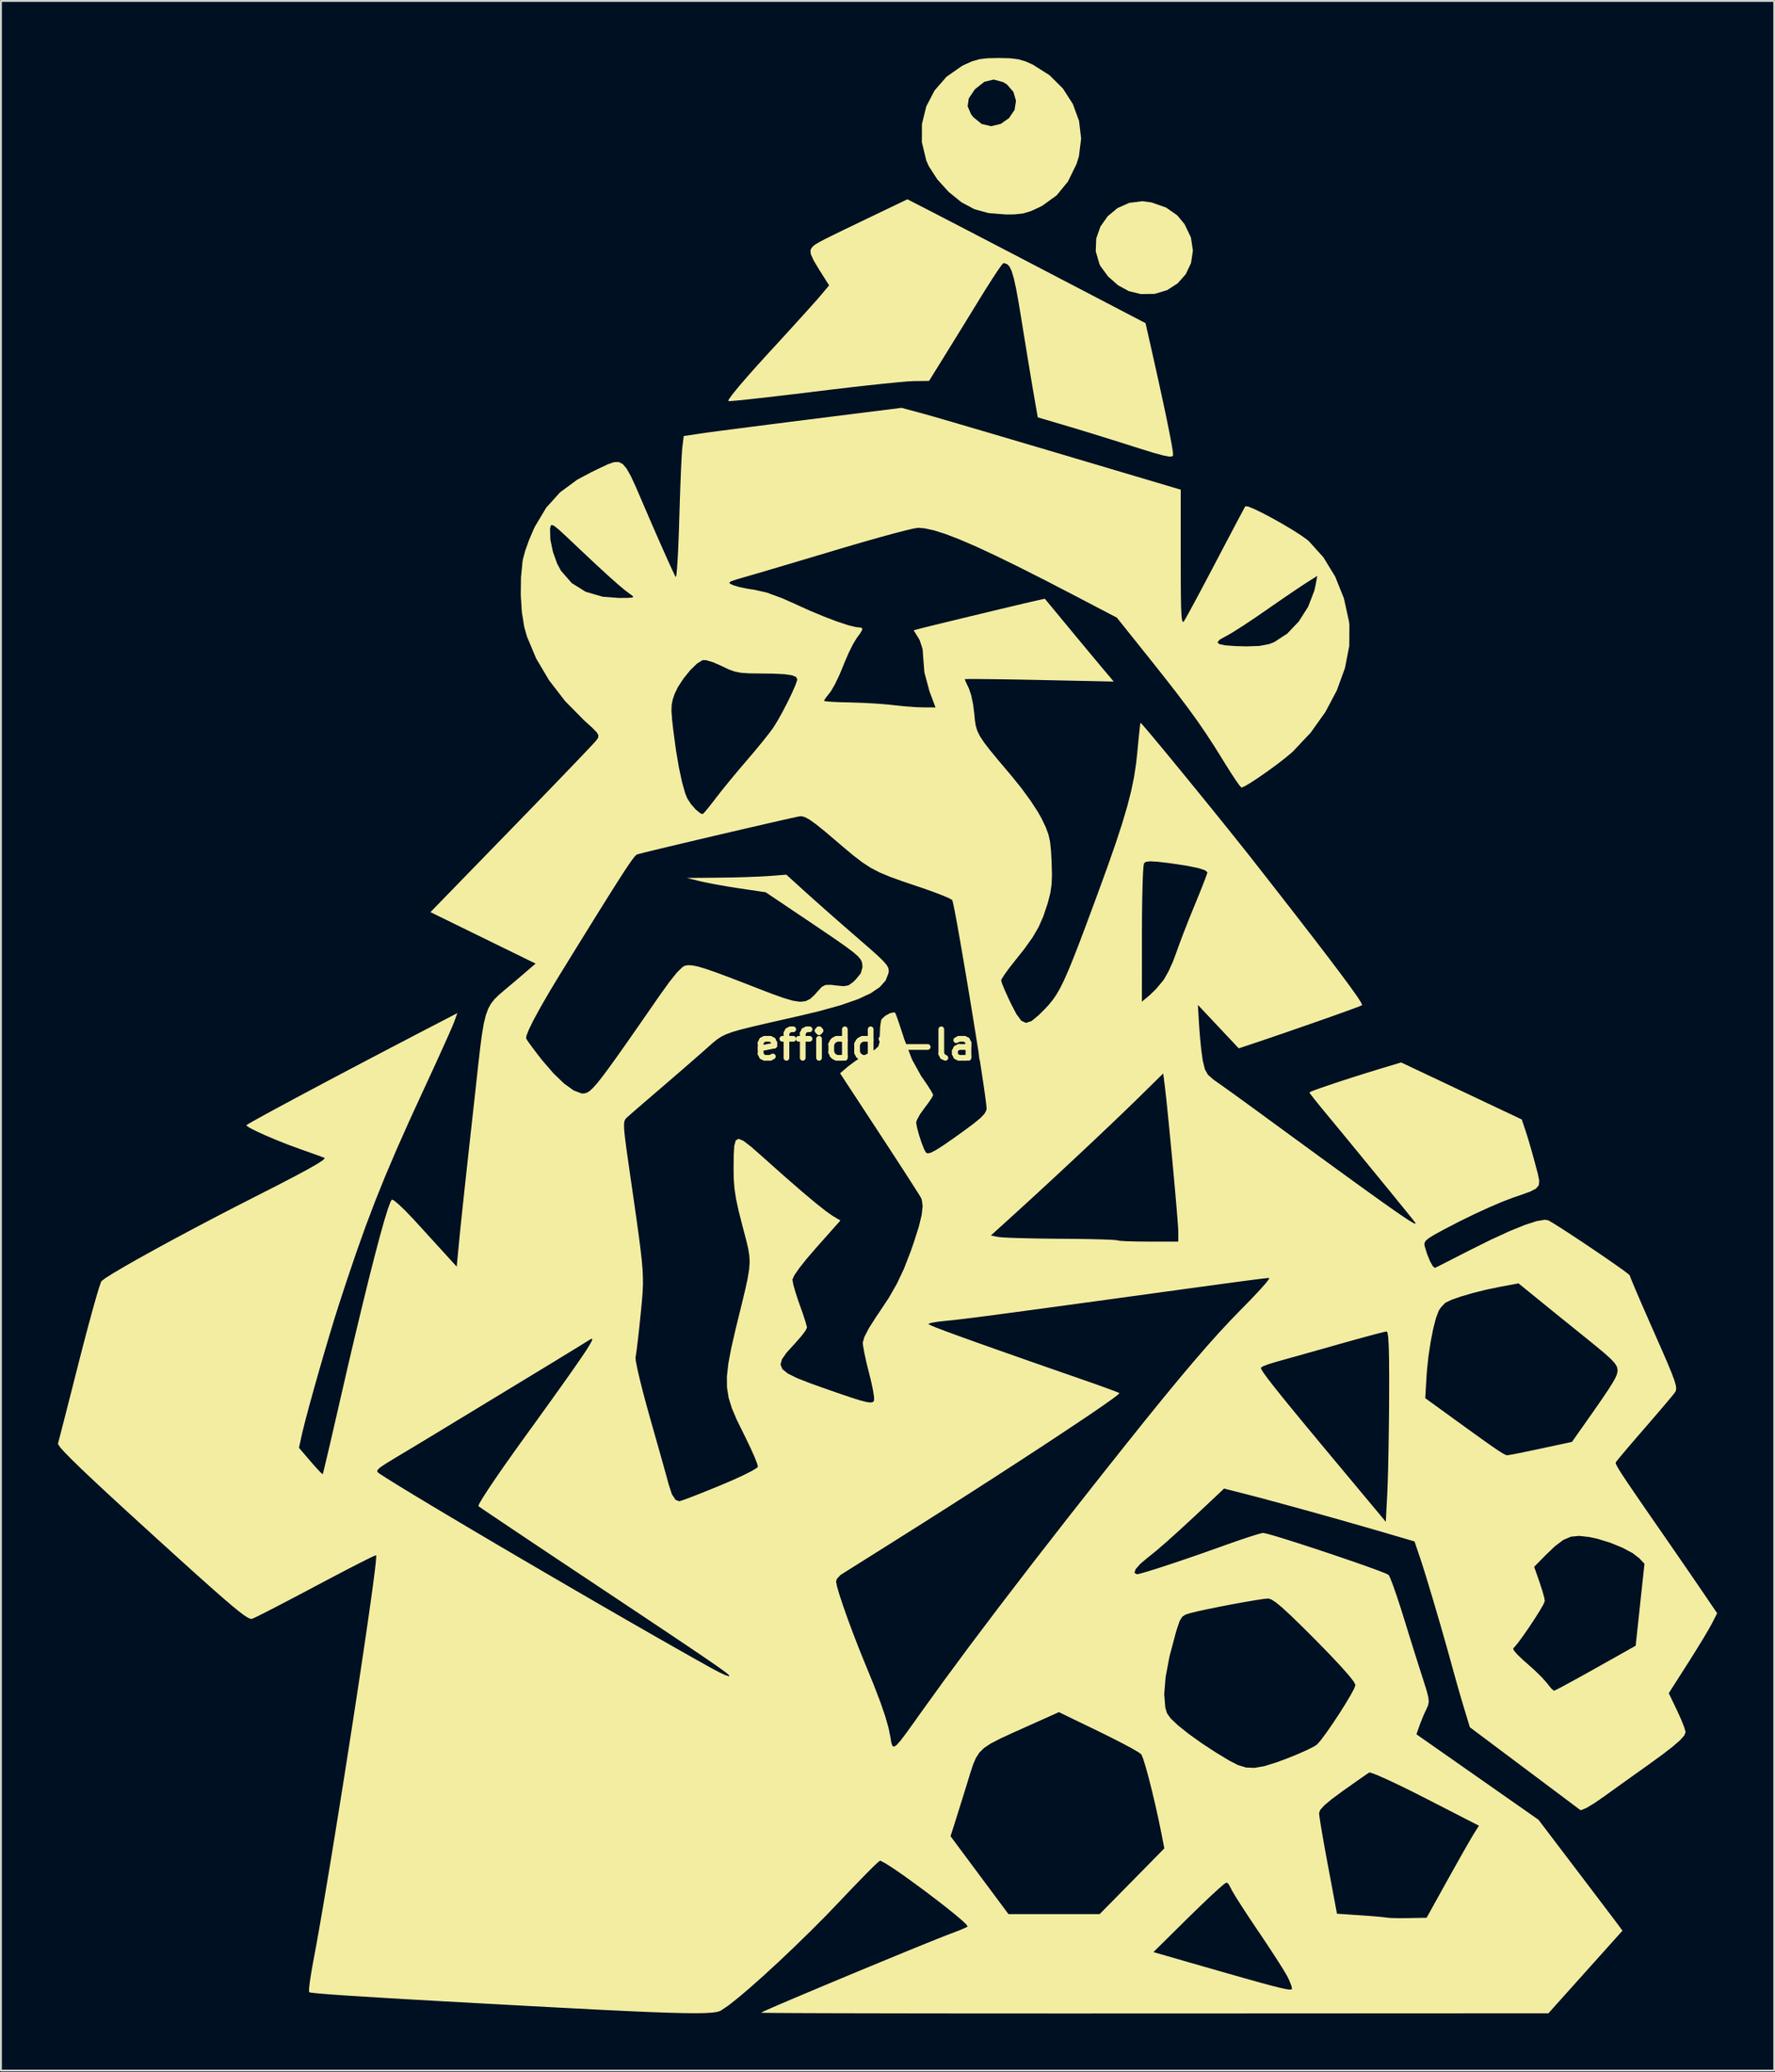
<source format=kicad_pcb>
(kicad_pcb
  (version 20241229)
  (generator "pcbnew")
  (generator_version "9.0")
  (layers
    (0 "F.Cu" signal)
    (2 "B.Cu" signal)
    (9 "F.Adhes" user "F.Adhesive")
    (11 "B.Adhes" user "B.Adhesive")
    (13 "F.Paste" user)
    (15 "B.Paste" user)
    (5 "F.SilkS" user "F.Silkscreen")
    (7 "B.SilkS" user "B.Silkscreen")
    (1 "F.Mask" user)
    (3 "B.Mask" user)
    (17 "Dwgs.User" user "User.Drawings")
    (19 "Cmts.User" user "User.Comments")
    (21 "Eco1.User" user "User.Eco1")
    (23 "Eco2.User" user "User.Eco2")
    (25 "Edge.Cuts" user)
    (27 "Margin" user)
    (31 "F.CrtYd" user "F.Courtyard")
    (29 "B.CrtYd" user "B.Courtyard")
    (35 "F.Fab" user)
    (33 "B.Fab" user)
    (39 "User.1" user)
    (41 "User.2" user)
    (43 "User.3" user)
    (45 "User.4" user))
  (footprint "effiddy-large"
    (layer "F.Cu")
    (at 44.237 51.885)
    (property "Reference" "effiddy-large" (at 0 0 0) (layer "F.SilkS") (effects (font (size 1.5 1.5) (thickness 0.3))))
    (attr board_only exclude_from_pos_files exclude_from_bom)
    (fp_poly (pts (xy 13.269 -44.292) (xy 14.035 -44.024) (xy 14.622 -43.615) (xy 15.008 -43.149) (xy 15.342 -42.452) (xy 15.447 -41.762) (xy 15.349 -41.109) (xy 15.073 -40.524) (xy 14.645 -40.038) (xy 14.089 -39.681) (xy 13.432 -39.484) (xy 12.698 -39.477) (xy 12.078 -39.628) (xy 11.514 -39.934) (xy 10.985 -40.401) (xy 10.586 -40.943) (xy 10.535 -41.043) (xy 10.337 -41.724) (xy 10.363 -42.396) (xy 10.582 -43.022) (xy 10.965 -43.567) (xy 11.48 -43.995) (xy 12.098 -44.27) (xy 12.788 -44.356)) (stroke (width 0) (type solid)) (fill yes) (layer "F.SilkS"))
    (fp_poly (pts (xy 5.826 -51.872) (xy 6.262 -51.819) (xy 6.641 -51.709) (xy 7.031 -51.535) (xy 7.904 -50.982) (xy 8.609 -50.282) (xy 9.132 -49.469) (xy 9.458 -48.58) (xy 9.569 -47.649) (xy 9.451 -46.711) (xy 9.326 -46.313) (xy 8.874 -45.389) (xy 8.284 -44.668) (xy 7.538 -44.127) (xy 7.385 -44.047) (xy 6.914 -43.831) (xy 6.512 -43.712) (xy 6.062 -43.664) (xy 5.628 -43.659) (xy 4.707 -43.732) (xy 3.957 -43.935) (xy 3.272 -44.303) (xy 2.598 -44.85) (xy 2.003 -45.507) (xy 1.555 -46.203) (xy 1.425 -46.497) (xy 1.192 -47.462) (xy 1.197 -48.422) (xy 1.425 -49.34) (xy 1.43 -49.35) (xy 3.599 -49.35) (xy 3.777 -48.933) (xy 3.897 -48.776) (xy 4.338 -48.417) (xy 4.832 -48.299) (xy 5.344 -48.422) (xy 5.776 -48.727) (xy 6.069 -49.159) (xy 6.143 -49.639) (xy 6.007 -50.104) (xy 5.671 -50.492) (xy 5.475 -50.615) (xy 4.971 -50.753) (xy 4.481 -50.636) (xy 4.01 -50.265) (xy 3.962 -50.212) (xy 3.66 -49.763) (xy 3.599 -49.35) (xy 1.43 -49.35) (xy 1.86 -50.178) (xy 2.489 -50.899) (xy 3.296 -51.464) (xy 3.419 -51.527) (xy 3.837 -51.713) (xy 4.216 -51.822) (xy 4.652 -51.873) (xy 5.233 -51.885)) (stroke (width 0) (type solid)) (fill yes) (layer "F.SilkS"))
    (fp_poly (pts (xy 1.715 -43.798) (xy 2.106 -43.596) (xy 2.692 -43.293) (xy 3.442 -42.904) (xy 4.324 -42.445) (xy 5.306 -41.934) (xy 6.358 -41.387) (xy 7.447 -40.819) (xy 7.977 -40.542) (xy 12.955 -37.946) (xy 13.226 -36.747) (xy 13.538 -35.357) (xy 13.806 -34.134) (xy 14.029 -33.09) (xy 14.202 -32.24) (xy 14.325 -31.598) (xy 14.393 -31.176) (xy 14.404 -30.992) (xy 14.342 -30.936) (xy 14.174 -30.935) (xy 13.872 -30.994) (xy 13.404 -31.122) (xy 12.741 -31.325) (xy 12.317 -31.459) (xy 11.486 -31.723) (xy 10.596 -32) (xy 9.738 -32.265) (xy 9 -32.488) (xy 8.781 -32.553) (xy 7.288 -32.994) (xy 7.087 -34.143) (xy 7.005 -34.626) (xy 6.892 -35.302) (xy 6.758 -36.112) (xy 6.614 -36.995) (xy 6.468 -37.892) (xy 6.445 -38.036) (xy 6.285 -39.005) (xy 6.15 -39.749) (xy 6.03 -40.297) (xy 5.917 -40.678) (xy 5.803 -40.919) (xy 5.676 -41.049) (xy 5.53 -41.097) (xy 5.476 -41.099) (xy 5.383 -40.996) (xy 5.181 -40.709) (xy 4.894 -40.274) (xy 4.546 -39.727) (xy 4.23 -39.217) (xy 3.778 -38.481) (xy 3.304 -37.71) (xy 2.852 -36.978) (xy 2.468 -36.356) (xy 2.323 -36.122) (xy 1.571 -34.909) (xy 0.754 -34.899) (xy 0.432 -34.881) (xy -0.107 -34.834) (xy -0.827 -34.763) (xy -1.69 -34.67) (xy -2.66 -34.561) (xy -3.701 -34.438) (xy -4.439 -34.348) (xy -5.472 -34.222) (xy -6.429 -34.109) (xy -7.277 -34.011) (xy -7.988 -33.933) (xy -8.531 -33.878) (xy -8.875 -33.849) (xy -8.987 -33.847) (xy -8.954 -33.948) (xy -8.761 -34.214) (xy -8.427 -34.623) (xy -7.968 -35.156) (xy -7.402 -35.792) (xy -6.869 -36.377) (xy -6.229 -37.074) (xy -5.623 -37.737) (xy -5.08 -38.335) (xy -4.628 -38.836) (xy -4.297 -39.208) (xy -4.132 -39.399) (xy -3.686 -39.932) (xy -4.226 -40.787) (xy -4.505 -41.256) (xy -4.647 -41.569) (xy -4.667 -41.772) (xy -4.636 -41.849) (xy -4.581 -41.931) (xy -4.509 -42.007) (xy -4.392 -42.095) (xy -4.199 -42.208) (xy -3.904 -42.364) (xy -3.476 -42.577) (xy -2.887 -42.864) (xy -2.108 -43.238) (xy -1.731 -43.42) (xy 0.431 -44.458)) (stroke (width 0) (type solid)) (fill yes) (layer "F.SilkS"))
    (fp_poly (pts (xy 1.115 -33.227) (xy 1.404 -33.148) (xy 1.815 -33.031) (xy 2.361 -32.873) (xy 3.053 -32.672) (xy 3.903 -32.422) (xy 4.925 -32.121) (xy 6.13 -31.765) (xy 7.531 -31.351) (xy 9.139 -30.874) (xy 10.968 -30.331) (xy 13.028 -29.719) (xy 13.051 -29.712) (xy 14.806 -29.191) (xy 14.806 -25.608) (xy 14.808 -24.55) (xy 14.813 -23.724) (xy 14.823 -23.106) (xy 14.84 -22.672) (xy 14.864 -22.398) (xy 14.897 -22.261) (xy 14.94 -22.236) (xy 14.978 -22.276) (xy 15.083 -22.456) (xy 15.288 -22.827) (xy 15.575 -23.358) (xy 15.926 -24.014) (xy 16.322 -24.762) (xy 16.657 -25.4) (xy 17.068 -26.182) (xy 17.44 -26.887) (xy 17.755 -27.484) (xy 17.999 -27.942) (xy 18.153 -28.231) (xy 18.203 -28.32) (xy 18.344 -28.306) (xy 18.654 -28.182) (xy 19.087 -27.974) (xy 19.595 -27.706) (xy 20.132 -27.405) (xy 20.652 -27.097) (xy 21.108 -26.807) (xy 21.452 -26.562) (xy 21.548 -26.481) (xy 22.309 -25.636) (xy 22.932 -24.617) (xy 23.388 -23.477) (xy 23.653 -22.272) (xy 23.675 -22.081) (xy 23.669 -20.977) (xy 23.444 -19.819) (xy 23.018 -18.645) (xy 22.41 -17.497) (xy 21.637 -16.414) (xy 20.717 -15.438) (xy 20.651 -15.377) (xy 20.308 -15.089) (xy 19.871 -14.751) (xy 19.387 -14.397) (xy 18.908 -14.064) (xy 18.484 -13.785) (xy 18.163 -13.596) (xy 18.001 -13.53) (xy 17.903 -13.632) (xy 17.703 -13.913) (xy 17.428 -14.331) (xy 17.106 -14.844) (xy 17.058 -14.923) (xy 16.595 -15.667) (xy 16.146 -16.356) (xy 15.681 -17.034) (xy 15.168 -17.742) (xy 14.577 -18.523) (xy 13.879 -19.418) (xy 13.138 -20.35) (xy 12.479 -21.173) (xy 16.737 -21.173) (xy 16.83 -21.074) (xy 17.149 -21.007) (xy 17.705 -20.967) (xy 18.252 -20.953) (xy 18.936 -20.975) (xy 19.453 -21.073) (xy 19.72 -21.176) (xy 20.405 -21.622) (xy 21.014 -22.261) (xy 21.504 -23.033) (xy 21.831 -23.877) (xy 21.896 -24.168) (xy 21.987 -24.658) (xy 21.428 -24.306) (xy 21.122 -24.106) (xy 20.661 -23.796) (xy 20.1 -23.413) (xy 19.493 -22.994) (xy 19.264 -22.835) (xy 18.665 -22.424) (xy 18.101 -22.049) (xy 17.622 -21.743) (xy 17.28 -21.539) (xy 17.19 -21.492) (xy 16.861 -21.311) (xy 16.737 -21.173) (xy 12.479 -21.173) (xy 11.448 -22.463) (xy 9.33 -23.571) (xy 7.716 -24.408) (xy 6.306 -25.121) (xy 5.087 -25.717) (xy 4.044 -26.202) (xy 3.161 -26.583) (xy 2.424 -26.865) (xy 1.819 -27.055) (xy 1.331 -27.16) (xy 0.999 -27.187) (xy 0.77 -27.151) (xy 0.332 -27.049) (xy -0.281 -26.89) (xy -1.037 -26.684) (xy -1.9 -26.439) (xy -2.837 -26.165) (xy -3.195 -26.059) (xy -4.191 -25.761) (xy -5.161 -25.471) (xy -6.064 -25.203) (xy -6.858 -24.968) (xy -7.501 -24.778) (xy -7.952 -24.647) (xy -8.026 -24.626) (xy -8.534 -24.479) (xy -8.827 -24.38) (xy -8.936 -24.309) (xy -8.893 -24.245) (xy -8.728 -24.169) (xy -8.728 -24.169) (xy -8.393 -24.069) (xy -7.929 -23.974) (xy -7.616 -23.929) (xy -6.962 -23.781) (xy -6.127 -23.474) (xy -5.51 -23.198) (xy -4.724 -22.842) (xy -3.962 -22.524) (xy -3.27 -22.261) (xy -2.693 -22.069) (xy -2.277 -21.967) (xy -2.147 -21.954) (xy -1.969 -21.932) (xy -1.939 -21.835) (xy -2.065 -21.618) (xy -2.227 -21.4) (xy -2.418 -21.088) (xy -2.651 -20.622) (xy -2.882 -20.088) (xy -2.942 -19.934) (xy -3.164 -19.404) (xy -3.397 -18.926) (xy -3.601 -18.58) (xy -3.651 -18.515) (xy -3.85 -18.263) (xy -3.953 -18.104) (xy -3.957 -18.09) (xy -3.838 -18.062) (xy -3.516 -18.037) (xy -3.043 -18.016) (xy -2.592 -18.006) (xy -1.904 -17.984) (xy -1.194 -17.945) (xy -0.573 -17.895) (xy -0.327 -17.867) (xy 0.252 -17.804) (xy 0.843 -17.76) (xy 1.243 -17.746) (xy 1.912 -17.742) (xy 1.594 -18.587) (xy 1.326 -19.584) (xy 1.276 -20.199) (xy 1.23 -20.817) (xy 1.079 -21.277) (xy 1.02 -21.381) (xy 0.764 -21.796) (xy 1.052 -21.876) (xy 1.27 -21.932) (xy 1.691 -22.036) (xy 2.27 -22.178) (xy 2.962 -22.346) (xy 3.722 -22.53) (xy 4.506 -22.718) (xy 5.267 -22.901) (xy 5.961 -23.066) (xy 6.542 -23.204) (xy 6.966 -23.303) (xy 7.116 -23.337) (xy 7.659 -23.458) (xy 8.941 -21.908) (xy 9.432 -21.316) (xy 9.912 -20.738) (xy 10.337 -20.228) (xy 10.661 -19.84) (xy 10.753 -19.731) (xy 11.283 -19.103) (xy 7.364 -19.187) (xy 6.394 -19.207) (xy 5.511 -19.222) (xy 4.746 -19.232) (xy 4.13 -19.238) (xy 3.695 -19.238) (xy 3.47 -19.232) (xy 3.446 -19.228) (xy 3.498 -19.097) (xy 3.624 -18.828) (xy 3.661 -18.755) (xy 3.781 -18.406) (xy 3.886 -17.911) (xy 3.951 -17.402) (xy 3.983 -17.057) (xy 4.029 -16.769) (xy 4.112 -16.503) (xy 4.252 -16.223) (xy 4.469 -15.895) (xy 4.786 -15.484) (xy 5.223 -14.954) (xy 5.801 -14.27) (xy 5.907 -14.146) (xy 6.422 -13.507) (xy 6.901 -12.852) (xy 7.291 -12.256) (xy 7.492 -11.899) (xy 7.708 -11.445) (xy 7.849 -11.068) (xy 7.934 -10.683) (xy 7.985 -10.204) (xy 8.015 -9.646) (xy 8.034 -8.968) (xy 8.016 -8.45) (xy 7.951 -7.999) (xy 7.829 -7.519) (xy 7.789 -7.383) (xy 7.573 -6.743) (xy 7.327 -6.188) (xy 7.012 -5.649) (xy 6.589 -5.057) (xy 6.132 -4.481) (xy 5.798 -4.058) (xy 5.537 -3.699) (xy 5.385 -3.456) (xy 5.361 -3.39) (xy 5.414 -3.215) (xy 5.555 -2.872) (xy 5.759 -2.422) (xy 5.867 -2.195) (xy 6.165 -1.62) (xy 6.418 -1.277) (xy 6.669 -1.158) (xy 6.96 -1.256) (xy 7.335 -1.564) (xy 7.655 -1.883) (xy 7.875 -2.12) (xy 8.001 -2.275) (xy 12.764 -2.275) (xy 13.179 -2.62) (xy 13.52 -2.954) (xy 13.859 -3.359) (xy 13.937 -3.468) (xy 14.16 -3.862) (xy 14.395 -4.378) (xy 14.563 -4.826) (xy 14.723 -5.275) (xy 14.953 -5.883) (xy 15.223 -6.572) (xy 15.504 -7.265) (xy 15.529 -7.323) (xy 15.775 -7.926) (xy 15.982 -8.445) (xy 16.132 -8.835) (xy 16.205 -9.05) (xy 16.21 -9.073) (xy 16.085 -9.183) (xy 15.716 -9.301) (xy 15.118 -9.423) (xy 14.301 -9.546) (xy 14.116 -9.57) (xy 13.55 -9.635) (xy 13.187 -9.654) (xy 12.978 -9.627) (xy 12.876 -9.552) (xy 12.874 -9.548) (xy 12.846 -9.381) (xy 12.821 -8.993) (xy 12.799 -8.419) (xy 12.782 -7.693) (xy 12.771 -6.849) (xy 12.766 -5.923) (xy 12.766 -5.828) (xy 12.764 -2.275) (xy 8.001 -2.275) (xy 8.075 -2.366) (xy 8.266 -2.643) (xy 8.46 -2.978) (xy 8.666 -3.395) (xy 8.898 -3.919) (xy 9.166 -4.576) (xy 9.483 -5.389) (xy 9.858 -6.385) (xy 10.305 -7.588) (xy 10.472 -8.041) (xy 10.979 -9.436) (xy 11.396 -10.63) (xy 11.731 -11.658) (xy 11.996 -12.552) (xy 12.199 -13.347) (xy 12.35 -14.077) (xy 12.457 -14.777) (xy 12.523 -15.38) (xy 12.579 -15.974) (xy 12.629 -16.466) (xy 12.667 -16.804) (xy 12.688 -16.941) (xy 12.689 -16.941) (xy 12.774 -16.855) (xy 12.999 -16.596) (xy 13.342 -16.189) (xy 13.783 -15.659) (xy 14.302 -15.031) (xy 14.876 -14.331) (xy 15.487 -13.584) (xy 16.112 -12.816) (xy 16.732 -12.051) (xy 17.325 -11.315) (xy 17.871 -10.634) (xy 18.349 -10.033) (xy 18.57 -9.753) (xy 19.813 -8.164) (xy 20.899 -6.769) (xy 21.83 -5.565) (xy 22.61 -4.546) (xy 23.241 -3.71) (xy 23.728 -3.051) (xy 24.072 -2.567) (xy 24.277 -2.252) (xy 24.346 -2.102) (xy 24.342 -2.091) (xy 24.207 -2.031) (xy 23.865 -1.902) (xy 23.351 -1.715) (xy 22.701 -1.483) (xy 21.95 -1.219) (xy 21.132 -0.934) (xy 20.284 -0.64) (xy 19.439 -0.352) (xy 18.633 -0.079) (xy 18.47 -0.025) (xy 17.858 0.18) (xy 16.783 -0.963) (xy 15.708 -2.106) (xy 15.777 -0.957) (xy 15.825 -0.34) (xy 15.888 0.272) (xy 15.957 0.768) (xy 15.973 0.862) (xy 16.078 1.285) (xy 16.238 1.568) (xy 16.526 1.822) (xy 16.672 1.925) (xy 16.984 2.144) (xy 17.446 2.475) (xy 18.004 2.877) (xy 18.602 3.313) (xy 18.801 3.458) (xy 20.361 4.599) (xy 21.727 5.596) (xy 22.91 6.457) (xy 23.921 7.191) (xy 24.772 7.804) (xy 25.472 8.305) (xy 26.035 8.701) (xy 26.47 9) (xy 26.789 9.211) (xy 27.002 9.341) (xy 27.123 9.398) (xy 27.16 9.39) (xy 27.126 9.324) (xy 27.113 9.307) (xy 26.969 9.125) (xy 26.689 8.778) (xy 26.3 8.3) (xy 25.829 7.721) (xy 25.302 7.076) (xy 24.745 6.396) (xy 24.186 5.714) (xy 23.651 5.062) (xy 23.167 4.474) (xy 22.76 3.98) (xy 22.56 3.74) (xy 22.179 3.278) (xy 21.866 2.89) (xy 21.653 2.618) (xy 21.571 2.499) (xy 21.571 2.499) (xy 21.686 2.44) (xy 22.004 2.32) (xy 22.485 2.152) (xy 23.087 1.95) (xy 23.769 1.728) (xy 24.491 1.499) (xy 25.212 1.277) (xy 25.357 1.234) (xy 26.398 0.921) (xy 29.569 2.419) (xy 32.739 3.917) (xy 32.951 4.543) (xy 33.083 4.965) (xy 33.248 5.53) (xy 33.415 6.133) (xy 33.457 6.294) (xy 33.59 6.792) (xy 33.659 7.14) (xy 33.635 7.379) (xy 33.486 7.555) (xy 33.183 7.71) (xy 32.695 7.887) (xy 32.229 8.047) (xy 31.685 8.256) (xy 30.996 8.552) (xy 30.241 8.899) (xy 29.499 9.262) (xy 29.318 9.354) (xy 28.65 9.702) (xy 28.178 9.957) (xy 27.871 10.144) (xy 27.697 10.286) (xy 27.625 10.406) (xy 27.623 10.526) (xy 27.635 10.581) (xy 27.762 10.994) (xy 27.915 11.367) (xy 28.062 11.632) (xy 28.172 11.724) (xy 28.177 11.722) (xy 28.32 11.651) (xy 28.648 11.486) (xy 29.118 11.246) (xy 29.687 10.955) (xy 29.967 10.812) (xy 31.111 10.243) (xy 32.093 9.792) (xy 32.902 9.464) (xy 33.527 9.261) (xy 33.957 9.19) (xy 34.139 9.222) (xy 34.415 9.384) (xy 34.827 9.643) (xy 35.337 9.974) (xy 35.907 10.351) (xy 36.498 10.748) (xy 37.072 11.138) (xy 37.589 11.496) (xy 38.012 11.795) (xy 38.301 12.009) (xy 38.418 12.113) (xy 38.419 12.116) (xy 38.469 12.256) (xy 38.609 12.597) (xy 38.824 13.106) (xy 39.102 13.749) (xy 39.428 14.493) (xy 39.701 15.111) (xy 40.098 16.013) (xy 40.401 16.712) (xy 40.619 17.237) (xy 40.761 17.618) (xy 40.839 17.883) (xy 40.863 18.062) (xy 40.842 18.185) (xy 40.799 18.264) (xy 40.657 18.444) (xy 40.378 18.779) (xy 39.995 19.23) (xy 39.539 19.76) (xy 39.167 20.19) (xy 38.691 20.74) (xy 38.276 21.224) (xy 37.951 21.61) (xy 37.743 21.864) (xy 37.68 21.951) (xy 37.685 22.009) (xy 37.736 22.124) (xy 37.847 22.315) (xy 38.03 22.605) (xy 38.301 23.012) (xy 38.672 23.558) (xy 39.157 24.264) (xy 39.769 25.149) (xy 40.076 25.591) (xy 40.575 26.313) (xy 41.094 27.066) (xy 41.587 27.781) (xy 42.007 28.394) (xy 42.209 28.691) (xy 43.015 29.875) (xy 42.742 30.414) (xy 42.573 30.72) (xy 42.299 31.183) (xy 41.954 31.746) (xy 41.574 32.353) (xy 41.47 32.516) (xy 40.471 34.08) (xy 40.913 35.001) (xy 41.122 35.463) (xy 41.278 35.855) (xy 41.352 36.105) (xy 41.355 36.135) (xy 41.285 36.306) (xy 41.066 36.552) (xy 40.68 36.888) (xy 40.11 37.327) (xy 39.342 37.884) (xy 39.249 37.95) (xy 38.677 38.357) (xy 38.008 38.835) (xy 37.352 39.306) (xy 37.086 39.498) (xy 36.559 39.862) (xy 36.147 40.109) (xy 35.884 40.222) (xy 35.81 40.218) (xy 35.676 40.116) (xy 35.365 39.882) (xy 34.905 39.537) (xy 34.323 39.101) (xy 33.648 38.595) (xy 32.907 38.039) (xy 32.843 37.992) (xy 30.012 35.872) (xy 29.691 34.816) (xy 29.494 34.152) (xy 29.283 33.413) (xy 29.101 32.756) (xy 29.096 32.739) (xy 28.887 31.98) (xy 28.814 31.722) (xy 32.287 31.722) (xy 32.322 31.831) (xy 32.518 32.058) (xy 32.838 32.362) (xy 32.988 32.492) (xy 33.41 32.868) (xy 33.785 33.235) (xy 34.046 33.525) (xy 34.081 33.57) (xy 34.28 33.82) (xy 34.423 33.946) (xy 34.439 33.95) (xy 34.573 33.89) (xy 34.892 33.723) (xy 35.362 33.469) (xy 35.945 33.148) (xy 36.606 32.779) (xy 36.628 32.767) (xy 38.731 31.585) (xy 38.962 29.431) (xy 39.194 27.276) (xy 38.924 26.989) (xy 38.563 26.711) (xy 38.023 26.426) (xy 37.379 26.164) (xy 36.705 25.958) (xy 36.293 25.87) (xy 35.76 25.81) (xy 35.324 25.853) (xy 34.919 26.026) (xy 34.485 26.354) (xy 34.007 26.813) (xy 33.392 27.437) (xy 33.673 28.237) (xy 33.818 28.678) (xy 33.919 29.04) (xy 33.953 29.232) (xy 33.883 29.404) (xy 33.699 29.726) (xy 33.437 30.143) (xy 33.135 30.601) (xy 32.829 31.042) (xy 32.557 31.414) (xy 32.355 31.659) (xy 32.287 31.722) (xy 28.814 31.722) (xy 28.641 31.11) (xy 28.375 30.188) (xy 28.105 29.269) (xy 27.848 28.411) (xy 27.621 27.671) (xy 27.441 27.106) (xy 27.404 26.995) (xy 27.101 26.102) (xy 25.453 25.619) (xy 24.381 25.309) (xy 23.222 24.978) (xy 22.034 24.644) (xy 20.874 24.323) (xy 19.801 24.03) (xy 18.874 23.781) (xy 18.339 23.642) (xy 17.086 23.322) (xy 16.552 23.826) (xy 15.566 24.751) (xy 14.745 25.508) (xy 14.074 26.113) (xy 13.537 26.577) (xy 13.118 26.916) (xy 13.063 26.958) (xy 12.673 27.287) (xy 12.436 27.561) (xy 12.37 27.75) (xy 12.494 27.825) (xy 12.507 27.825) (xy 12.707 27.784) (xy 13.111 27.667) (xy 13.682 27.488) (xy 14.385 27.257) (xy 15.183 26.987) (xy 16.041 26.69) (xy 16.922 26.377) (xy 17 26.349) (xy 17.668 26.112) (xy 18.264 25.91) (xy 18.74 25.758) (xy 19.05 25.671) (xy 19.137 25.655) (xy 19.334 25.695) (xy 19.727 25.805) (xy 20.276 25.972) (xy 20.943 26.183) (xy 21.688 26.425) (xy 22.47 26.684) (xy 23.25 26.947) (xy 23.989 27.201) (xy 24.646 27.433) (xy 25.183 27.628) (xy 25.559 27.775) (xy 25.735 27.86) (xy 25.74 27.864) (xy 25.825 28.032) (xy 25.967 28.401) (xy 26.152 28.928) (xy 26.363 29.569) (xy 26.537 30.123) (xy 26.784 30.923) (xy 27.039 31.739) (xy 27.278 32.497) (xy 27.477 33.123) (xy 27.558 33.374) (xy 27.73 33.918) (xy 27.825 34.283) (xy 27.851 34.529) (xy 27.815 34.72) (xy 27.739 34.888) (xy 27.566 35.264) (xy 27.393 35.697) (xy 27.375 35.749) (xy 27.201 36.241) (xy 30.41 38.487) (xy 33.618 40.733) (xy 35.576 43.31) (xy 36.125 44.032) (xy 36.634 44.704) (xy 37.081 45.293) (xy 37.44 45.767) (xy 37.687 46.094) (xy 37.785 46.225) (xy 38.037 46.565) (xy 36.09 48.736) (xy 34.143 50.908) (xy 13.413 50.918) (xy 11.134 50.918) (xy 8.926 50.919) (xy 6.803 50.918) (xy 4.777 50.917) (xy 2.861 50.916) (xy 1.07 50.914) (xy -0.584 50.911) (xy -2.087 50.908) (xy -3.425 50.905) (xy -4.586 50.901) (xy -5.556 50.897) (xy -6.322 50.892) (xy -6.87 50.887) (xy -7.187 50.882) (xy -7.265 50.878) (xy -7.127 50.808) (xy -6.783 50.655) (xy -6.263 50.429) (xy -5.596 50.145) (xy -4.813 49.814) (xy -3.944 49.449) (xy -3.019 49.062) (xy -2.067 48.666) (xy -1.119 48.273) (xy -0.205 47.896) (xy 0.293 47.692) (xy 13.37 47.692) (xy 15.97 48.44) (xy 17.174 48.785) (xy 18.155 49.064) (xy 18.936 49.282) (xy 19.538 49.445) (xy 19.985 49.559) (xy 20.298 49.629) (xy 20.499 49.661) (xy 20.611 49.66) (xy 20.656 49.633) (xy 20.657 49.63) (xy 20.627 49.46) (xy 20.502 49.153) (xy 20.402 48.951) (xy 20.231 48.659) (xy 19.946 48.205) (xy 19.578 47.635) (xy 19.155 46.997) (xy 18.808 46.482) (xy 18.386 45.852) (xy 18.011 45.279) (xy 17.709 44.803) (xy 17.505 44.462) (xy 17.428 44.307) (xy 17.307 44.092) (xy 17.207 44.035) (xy 17.079 44.121) (xy 16.801 44.361) (xy 16.4 44.728) (xy 15.908 45.195) (xy 15.352 45.735) (xy 15.221 45.863) (xy 13.37 47.692) (xy 0.293 47.692) (xy 0.645 47.547) (xy 1.402 47.239) (xy 2.034 46.985) (xy 2.513 46.796) (xy 2.744 46.709) (xy 3.155 46.551) (xy 3.466 46.42) (xy 3.598 46.349) (xy 3.537 46.245) (xy 3.302 46.022) (xy 2.927 45.704) (xy 2.446 45.318) (xy 1.895 44.891) (xy 1.308 44.447) (xy 0.719 44.014) (xy 0.164 43.616) (xy -0.324 43.281) (xy -0.708 43.035) (xy -0.955 42.902) (xy -1.013 42.886) (xy -1.126 42.975) (xy -1.387 43.225) (xy -1.769 43.609) (xy -2.248 44.1) (xy -2.797 44.673) (xy -3.104 44.998) (xy -3.864 45.789) (xy -4.672 46.6) (xy -5.501 47.408) (xy -6.322 48.187) (xy -7.109 48.911) (xy -7.834 49.555) (xy -8.47 50.095) (xy -8.988 50.504) (xy -9.362 50.757) (xy -9.405 50.781) (xy -9.56 50.833) (xy -9.813 50.872) (xy -10.181 50.896) (xy -10.679 50.905) (xy -11.326 50.9) (xy -12.138 50.879) (xy -13.131 50.843) (xy -14.322 50.791) (xy -15.729 50.723) (xy -17.368 50.638) (xy -17.997 50.605) (xy -20.269 50.482) (xy -22.296 50.372) (xy -24.085 50.272) (xy -25.647 50.184) (xy -26.99 50.105) (xy -28.124 50.036) (xy -29.057 49.976) (xy -29.798 49.925) (xy -30.357 49.881) (xy -30.743 49.845) (xy -30.965 49.816) (xy -31.03 49.797) (xy -31.037 49.647) (xy -30.999 49.298) (xy -30.924 48.799) (xy -30.818 48.2) (xy -30.802 48.12) (xy -30.653 47.319) (xy -30.482 46.359) (xy -30.293 45.26) (xy -30.088 44.047) (xy -29.871 42.739) (xy -29.685 41.599) (xy 2.7 41.599) (xy 4.223 43.647) (xy 5.747 45.694) (xy 8.145 45.694) (xy 10.544 45.694) (xy 12.244 43.967) (xy 13.944 42.239) (xy 13.789 41.446) (xy 13.637 40.704) (xy 13.565 40.381) (xy 22.081 40.381) (xy 22.104 40.587) (xy 22.167 41) (xy 22.265 41.577) (xy 22.388 42.276) (xy 22.531 43.053) (xy 22.552 43.163) (xy 23.023 45.674) (xy 24.243 45.756) (xy 24.793 45.795) (xy 25.259 45.835) (xy 25.573 45.868) (xy 25.655 45.881) (xy 25.872 45.9) (xy 26.262 45.909) (xy 26.746 45.906) (xy 26.792 45.905) (xy 27.737 45.886) (xy 28.848 43.883) (xy 29.227 43.205) (xy 29.581 42.575) (xy 29.886 42.041) (xy 30.114 41.647) (xy 30.224 41.464) (xy 30.488 41.047) (xy 27.678 39.605) (xy 26.898 39.211) (xy 26.189 38.865) (xy 25.584 38.582) (xy 25.115 38.377) (xy 24.815 38.264) (xy 24.719 38.25) (xy 24.561 38.356) (xy 24.242 38.577) (xy 23.81 38.881) (xy 23.326 39.224) (xy 22.74 39.656) (xy 22.353 39.981) (xy 22.141 40.219) (xy 22.081 40.381) (xy 13.565 40.381) (xy 13.466 39.937) (xy 13.288 39.19) (xy 13.115 38.507) (xy 12.957 37.934) (xy 12.827 37.516) (xy 12.735 37.298) (xy 12.728 37.288) (xy 12.567 37.173) (xy 12.215 36.97) (xy 11.712 36.702) (xy 11.098 36.388) (xy 10.485 36.086) (xy 8.398 35.076) (xy 6.784 35.801) (xy 5.942 36.178) (xy 5.298 36.476) (xy 4.817 36.725) (xy 4.468 36.957) (xy 4.217 37.202) (xy 4.031 37.492) (xy 3.877 37.858) (xy 3.723 38.331) (xy 3.568 38.838) (xy 3.36 39.508) (xy 3.163 40.139) (xy 2.998 40.665) (xy 2.885 41.023) (xy 2.873 41.062) (xy 2.7 41.599) (xy -29.685 41.599) (xy -29.646 41.359) (xy -29.416 39.93) (xy -29.184 38.473) (xy -28.954 37.01) (xy -28.729 35.563) (xy -28.513 34.155) (xy -28.309 32.807) (xy -28.12 31.541) (xy -27.95 30.379) (xy -27.802 29.343) (xy -27.68 28.456) (xy -27.587 27.739) (xy -27.526 27.214) (xy -27.501 26.903) (xy -27.507 26.825) (xy -27.627 26.87) (xy -27.942 27.022) (xy -28.424 27.264) (xy -29.044 27.583) (xy -29.771 27.963) (xy -30.577 28.389) (xy -30.658 28.432) (xy -31.485 28.87) (xy -32.248 29.271) (xy -32.917 29.618) (xy -33.458 29.895) (xy -33.841 30.085) (xy -34.032 30.171) (xy -34.035 30.172) (xy -34.122 30.169) (xy -34.258 30.108) (xy -34.459 29.978) (xy -34.74 29.765) (xy -35.115 29.457) (xy -35.599 29.043) (xy -36.207 28.508) (xy -36.953 27.842) (xy -37.852 27.032) (xy -38.919 26.064) (xy -39.304 25.713) (xy -40.5 24.623) (xy -41.513 23.691) (xy -42.351 22.912) (xy -43.024 22.275) (xy -43.539 21.773) (xy -43.907 21.396) (xy -44.136 21.138) (xy -44.233 20.988) (xy -44.237 20.955) (xy -44.191 20.783) (xy -44.091 20.395) (xy -43.943 19.821) (xy -43.757 19.092) (xy -43.539 18.239) (xy -43.299 17.293) (xy -43.137 16.657) (xy -42.883 15.67) (xy -42.643 14.76) (xy -42.424 13.956) (xy -42.236 13.29) (xy -42.087 12.791) (xy -41.985 12.489) (xy -41.948 12.414) (xy -41.739 12.256) (xy -41.328 11.997) (xy -40.74 11.65) (xy -40.001 11.23) (xy -39.136 10.75) (xy -38.17 10.225) (xy -37.129 9.668) (xy -36.039 9.094) (xy -34.924 8.516) (xy -33.86 7.973) (xy -32.724 7.395) (xy -31.81 6.92) (xy -31.11 6.544) (xy -30.616 6.262) (xy -30.318 6.069) (xy -30.209 5.96) (xy -30.222 5.936) (xy -30.437 5.855) (xy -30.824 5.716) (xy -31.314 5.542) (xy -31.527 5.467) (xy -32.142 5.241) (xy -32.759 4.996) (xy -33.331 4.753) (xy -33.814 4.533) (xy -34.161 4.356) (xy -34.326 4.242) (xy -34.333 4.225) (xy -34.223 4.15) (xy -33.908 3.97) (xy -33.409 3.694) (xy -32.748 3.334) (xy -31.947 2.903) (xy -31.026 2.411) (xy -30.007 1.869) (xy -28.912 1.29) (xy -27.762 0.685) (xy -26.578 0.065) (xy -25.382 -0.559) (xy -24.797 -0.863) (xy -23.237 -1.672) (xy -23.413 -1.187) (xy -23.514 -0.941) (xy -23.707 -0.501) (xy -23.975 0.097) (xy -24.301 0.815) (xy -24.669 1.619) (xy -25.013 2.361) (xy -25.772 4.015) (xy -26.433 5.501) (xy -27.02 6.879) (xy -27.554 8.204) (xy -28.059 9.536) (xy -28.557 10.932) (xy -29.071 12.45) (xy -29.466 13.657) (xy -29.699 14.394) (xy -29.962 15.261) (xy -30.242 16.207) (xy -30.523 17.18) (xy -30.792 18.13) (xy -31.033 19.005) (xy -31.232 19.753) (xy -31.375 20.324) (xy -31.404 20.45) (xy -31.565 21.179) (xy -30.956 21.892) (xy -30.659 22.23) (xy -30.432 22.471) (xy -30.319 22.567) (xy -30.315 22.566) (xy -30.282 22.447) (xy -27.439 22.447) (xy -27.358 22.519) (xy -26.951 22.783) (xy -26.345 23.16) (xy -25.562 23.637) (xy -24.627 24.2) (xy -23.562 24.836) (xy -22.389 25.532) (xy -21.132 26.274) (xy -19.814 27.048) (xy -18.457 27.841) (xy -17.084 28.64) (xy -15.719 29.432) (xy -14.383 30.203) (xy -13.1 30.939) (xy -11.894 31.627) (xy -10.786 32.254) (xy -9.956 32.719) (xy -9.486 32.97) (xy -9.141 33.131) (xy -8.95 33.193) (xy -8.94 33.144) (xy -9.005 33.08) (xy -9.129 32.981) (xy -9.332 32.832) (xy -9.629 32.622) (xy -10.033 32.343) (xy -10.56 31.984) (xy -11.223 31.537) (xy -12.035 30.992) (xy -13.012 30.339) (xy -14.167 29.569) (xy -15.514 28.672) (xy -16.203 28.214) (xy -3.319 28.214) (xy -3.273 28.458) (xy -3.145 28.897) (xy -2.95 29.486) (xy -2.703 30.185) (xy -2.419 30.95) (xy -2.114 31.738) (xy -1.801 32.509) (xy -1.785 32.548) (xy -1.334 33.651) (xy -0.987 34.557) (xy -0.732 35.298) (xy -0.56 35.905) (xy -0.458 36.41) (xy -0.457 36.417) (xy -0.413 36.683) (xy -0.359 36.848) (xy -0.275 36.896) (xy -0.139 36.811) (xy 0.071 36.574) (xy 0.377 36.17) (xy 0.799 35.583) (xy 1.028 35.259) (xy 1.841 34.132) (xy 13.937 34.132) (xy 13.994 34.835) (xy 14.087 35.143) (xy 14.283 35.413) (xy 14.671 35.779) (xy 15.216 36.214) (xy 15.885 36.694) (xy 16.645 37.192) (xy 17.351 37.62) (xy 17.812 37.857) (xy 18.237 37.987) (xy 18.681 38.007) (xy 19.202 37.917) (xy 19.855 37.713) (xy 20.4 37.51) (xy 20.967 37.281) (xy 21.459 37.062) (xy 21.819 36.881) (xy 21.978 36.776) (xy 22.186 36.535) (xy 22.471 36.151) (xy 22.801 35.675) (xy 23.144 35.156) (xy 23.467 34.644) (xy 23.738 34.189) (xy 23.925 33.841) (xy 23.996 33.65) (xy 23.996 33.648) (xy 23.905 33.471) (xy 23.64 33.135) (xy 23.215 32.655) (xy 22.643 32.046) (xy 21.937 31.322) (xy 21.863 31.248) (xy 21.139 30.526) (xy 20.569 29.974) (xy 20.133 29.573) (xy 19.809 29.306) (xy 19.578 29.155) (xy 19.42 29.103) (xy 19.406 29.102) (xy 19.154 29.127) (xy 18.711 29.195) (xy 18.134 29.293) (xy 17.481 29.412) (xy 16.812 29.541) (xy 16.183 29.669) (xy 15.653 29.785) (xy 15.323 29.866) (xy 15.057 29.949) (xy 14.883 30.065) (xy 14.754 30.275) (xy 14.627 30.638) (xy 14.548 30.899) (xy 14.215 32.15) (xy 14.011 33.232) (xy 13.937 34.132) (xy 1.841 34.132) (xy 2.287 33.512) (xy 3.704 31.594) (xy 5.284 29.501) (xy 7.028 27.229) (xy 8.939 24.775) (xy 10.71 22.528) (xy 11.91 21.018) (xy 12.972 19.691) (xy 13.915 18.529) (xy 14.755 17.512) (xy 15.208 16.974) (xy 19.018 16.974) (xy 19.057 17.074) (xy 19.18 17.266) (xy 19.398 17.564) (xy 19.722 17.981) (xy 20.163 18.531) (xy 20.731 19.229) (xy 21.439 20.086) (xy 22.295 21.118) (xy 22.775 21.693) (xy 25.591 25.069) (xy 25.67 23.544) (xy 25.692 22.988) (xy 25.713 22.232) (xy 25.732 21.331) (xy 25.748 20.339) (xy 25.76 19.312) (xy 25.765 18.571) (xy 27.665 18.571) (xy 29.163 19.656) (xy 29.986 20.251) (xy 30.627 20.712) (xy 31.111 21.054) (xy 31.461 21.295) (xy 31.701 21.45) (xy 31.855 21.536) (xy 31.948 21.57) (xy 31.971 21.572) (xy 32.139 21.547) (xy 32.504 21.478) (xy 33.018 21.374) (xy 33.627 21.246) (xy 33.741 21.221) (xy 35.381 20.869) (xy 35.966 20.039) (xy 36.538 19.226) (xy 36.977 18.592) (xy 37.301 18.11) (xy 37.526 17.752) (xy 37.67 17.492) (xy 37.748 17.302) (xy 37.778 17.153) (xy 37.781 17.094) (xy 37.75 16.929) (xy 37.639 16.741) (xy 37.417 16.5) (xy 37.057 16.177) (xy 36.529 15.74) (xy 36.345 15.591) (xy 35.694 15.066) (xy 34.985 14.494) (xy 34.304 13.943) (xy 33.74 13.485) (xy 32.57 12.535) (xy 31.57 12.722) (xy 30.86 12.87) (xy 30.164 13.044) (xy 29.539 13.227) (xy 29.042 13.401) (xy 28.732 13.55) (xy 28.708 13.567) (xy 28.479 13.81) (xy 28.372 13.976) (xy 28.228 14.359) (xy 28.082 14.931) (xy 27.946 15.627) (xy 27.832 16.381) (xy 27.754 17.128) (xy 27.738 17.35) (xy 27.665 18.571) (xy 25.765 18.571) (xy 25.766 18.539) (xy 25.768 17.406) (xy 25.761 16.513) (xy 25.745 15.847) (xy 25.719 15.393) (xy 25.683 15.136) (xy 25.64 15.061) (xy 25.479 15.095) (xy 25.111 15.188) (xy 24.578 15.33) (xy 23.919 15.511) (xy 23.173 15.719) (xy 23.056 15.752) (xy 22.244 15.982) (xy 21.458 16.203) (xy 20.755 16.401) (xy 20.188 16.559) (xy 19.816 16.663) (xy 19.408 16.788) (xy 19.12 16.901) (xy 19.018 16.974) (xy 15.208 16.974) (xy 15.507 16.62) (xy 16.19 15.832) (xy 16.819 15.129) (xy 17.412 14.492) (xy 17.985 13.901) (xy 18.069 13.817) (xy 18.563 13.31) (xy 18.974 12.872) (xy 19.275 12.531) (xy 19.442 12.316) (xy 19.458 12.253) (xy 19.384 12.256) (xy 19.262 12.267) (xy 19.07 12.289) (xy 18.787 12.324) (xy 18.39 12.375) (xy 17.859 12.446) (xy 17.172 12.538) (xy 16.307 12.656) (xy 15.244 12.801) (xy 13.96 12.977) (xy 13.211 13.08) (xy 11.363 13.333) (xy 9.75 13.554) (xy 8.353 13.744) (xy 7.156 13.907) (xy 6.139 14.044) (xy 5.286 14.158) (xy 4.577 14.252) (xy 3.995 14.327) (xy 3.521 14.386) (xy 3.138 14.432) (xy 2.828 14.467) (xy 2.573 14.493) (xy 2.457 14.504) (xy 2.008 14.555) (xy 1.68 14.612) (xy 1.534 14.664) (xy 1.532 14.67) (xy 1.629 14.728) (xy 1.924 14.851) (xy 2.423 15.042) (xy 3.131 15.302) (xy 4.054 15.634) (xy 5.198 16.04) (xy 6.568 16.522) (xy 8.17 17.082) (xy 9.56 17.565) (xy 10.223 17.797) (xy 10.798 18.003) (xy 11.242 18.166) (xy 11.515 18.272) (xy 11.581 18.303) (xy 11.499 18.392) (xy 11.218 18.606) (xy 10.757 18.933) (xy 10.133 19.362) (xy 9.362 19.88) (xy 8.464 20.477) (xy 7.455 21.142) (xy 6.353 21.861) (xy 5.175 22.625) (xy 3.939 23.421) (xy 2.663 24.237) (xy 1.363 25.063) (xy 0.064 25.883) (xy -0.722 26.378) (xy -1.444 26.832) (xy -2.074 27.228) (xy -2.579 27.546) (xy -2.93 27.767) (xy -3.095 27.872) (xy -3.095 27.872) (xy -3.28 28.077) (xy -3.319 28.214) (xy -16.203 28.214) (xy -16.21 28.209) (xy -17.303 27.482) (xy -18.334 26.795) (xy -19.281 26.163) (xy -20.126 25.598) (xy -20.848 25.114) (xy -21.428 24.724) (xy -21.847 24.441) (xy -22.083 24.279) (xy -22.129 24.245) (xy -22.085 24.121) (xy -21.906 23.816) (xy -21.61 23.357) (xy -21.214 22.769) (xy -20.736 22.078) (xy -20.191 21.31) (xy -19.904 20.91) (xy -19.003 19.663) (xy -18.244 18.607) (xy -17.617 17.73) (xy -17.115 17.018) (xy -16.727 16.458) (xy -16.444 16.035) (xy -16.258 15.736) (xy -16.159 15.548) (xy -16.138 15.457) (xy -16.186 15.449) (xy -16.269 15.494) (xy -16.47 15.62) (xy -16.859 15.86) (xy -17.404 16.194) (xy -18.075 16.604) (xy -18.841 17.07) (xy -19.67 17.574) (xy -19.903 17.715) (xy -20.794 18.256) (xy -21.675 18.79) (xy -22.505 19.294) (xy -23.244 19.743) (xy -23.85 20.11) (xy -24.283 20.373) (xy -24.315 20.393) (xy -24.955 20.78) (xy -25.666 21.209) (xy -26.326 21.605) (xy -26.528 21.726) (xy -27.014 22.021) (xy -27.307 22.22) (xy -27.439 22.352) (xy -27.439 22.447) (xy -30.282 22.447) (xy -30.279 22.437) (xy -30.195 22.09) (xy -30.068 21.555) (xy -29.906 20.863) (xy -29.717 20.045) (xy -29.507 19.132) (xy -29.423 18.763) (xy -28.999 16.922) (xy -28.599 15.22) (xy -28.226 13.669) (xy -27.885 12.281) (xy -27.577 11.071) (xy -27.307 10.05) (xy -27.077 9.231) (xy -26.891 8.627) (xy -26.752 8.251) (xy -26.683 8.128) (xy -26.565 8.178) (xy -26.313 8.388) (xy -25.962 8.726) (xy -25.546 9.16) (xy -25.449 9.266) (xy -24.967 9.794) (xy -24.494 10.313) (xy -24.084 10.762) (xy -23.793 11.081) (xy -23.27 11.655) (xy -23.117 10.071) (xy -23.069 9.586) (xy -22.995 8.886) (xy -22.902 8.009) (xy -22.792 6.995) (xy -22.671 5.881) (xy -22.541 4.707) (xy -22.408 3.51) (xy -22.387 3.319) (xy -22.245 2.032) (xy -22.129 0.971) (xy -22.029 0.109) (xy -21.97 -0.34) (xy -19.618 -0.34) (xy -19.516 -0.176) (xy -19.291 0.135) (xy -18.982 0.541) (xy -18.775 0.804) (xy -18.174 1.501) (xy -17.613 2.038) (xy -17.117 2.393) (xy -16.711 2.548) (xy -16.639 2.553) (xy -16.523 2.543) (xy -16.405 2.503) (xy -16.269 2.414) (xy -16.103 2.26) (xy -15.892 2.024) (xy -15.624 1.687) (xy -15.285 1.234) (xy -14.861 0.645) (xy -14.338 -0.095) (xy -13.704 -1.004) (xy -12.944 -2.099) (xy -12.605 -2.589) (xy -12.088 -3.308) (xy -11.687 -3.808) (xy -11.395 -4.094) (xy -11.259 -4.169) (xy -11.088 -4.194) (xy -10.874 -4.181) (xy -10.588 -4.123) (xy -10.201 -4.009) (xy -9.681 -3.831) (xy -9 -3.578) (xy -8.128 -3.243) (xy -7.612 -3.042) (xy -6.75 -2.709) (xy -6.087 -2.47) (xy -5.586 -2.324) (xy -5.21 -2.268) (xy -4.923 -2.299) (xy -4.687 -2.416) (xy -4.465 -2.616) (xy -4.272 -2.836) (xy -4.061 -3.06) (xy -3.861 -3.157) (xy -3.57 -3.158) (xy -3.319 -3.127) (xy -2.924 -3.088) (xy -2.668 -3.131) (xy -2.442 -3.288) (xy -2.291 -3.433) (xy -2.023 -3.761) (xy -1.933 -4.07) (xy -1.938 -4.231) (xy -1.966 -4.369) (xy -2.037 -4.508) (xy -2.176 -4.669) (xy -2.41 -4.873) (xy -2.764 -5.14) (xy -3.262 -5.492) (xy -3.932 -5.948) (xy -4.498 -6.331) (xy -7.019 -8.026) (xy -8.391 -8.23) (xy -9.046 -8.333) (xy -9.689 -8.447) (xy -10.229 -8.553) (xy -10.466 -8.606) (xy -11.168 -8.779) (xy -9.496 -8.793) (xy -8.76 -8.804) (xy -8.014 -8.825) (xy -7.348 -8.852) (xy -6.88 -8.879) (xy -5.935 -8.952) (xy -4.906 -8.018) (xy -4.443 -7.603) (xy -3.849 -7.076) (xy -3.185 -6.492) (xy -2.513 -5.906) (xy -2.183 -5.62) (xy -1.573 -5.09) (xy -1.131 -4.696) (xy -0.834 -4.408) (xy -0.654 -4.198) (xy -0.567 -4.036) (xy -0.547 -3.894) (xy -0.563 -3.77) (xy -0.712 -3.389) (xy -1.022 -3.039) (xy -1.509 -2.711) (xy -2.189 -2.397) (xy -3.079 -2.089) (xy -4.195 -1.779) (xy -5.169 -1.545) (xy -6.269 -1.295) (xy -7.151 -1.095) (xy -7.845 -0.931) (xy -8.383 -0.795) (xy -8.794 -0.674) (xy -9.109 -0.557) (xy -9.359 -0.434) (xy -9.574 -0.293) (xy -9.784 -0.124) (xy -10.02 0.085) (xy -10.265 0.303) (xy -10.771 0.746) (xy -11.394 1.288) (xy -12.056 1.86) (xy -12.679 2.396) (xy -12.701 2.415) (xy -13.221 2.861) (xy -13.688 3.263) (xy -14.057 3.584) (xy -14.289 3.788) (xy -14.329 3.824) (xy -14.402 3.904) (xy -14.45 4.013) (xy -14.471 4.182) (xy -14.463 4.448) (xy -14.424 4.844) (xy -14.352 5.405) (xy -14.245 6.164) (xy -14.168 6.702) (xy -13.98 8.003) (xy -13.825 9.083) (xy -13.702 9.971) (xy -13.608 10.698) (xy -13.54 11.296) (xy -13.497 11.794) (xy -13.477 12.223) (xy -13.475 12.615) (xy -13.492 12.999) (xy -13.523 13.406) (xy -13.567 13.868) (xy -13.6 14.195) (xy -13.673 14.894) (xy -13.743 15.52) (xy -13.804 16.02) (xy -13.85 16.342) (xy -13.865 16.419) (xy -13.85 16.616) (xy -13.772 17.019) (xy -13.64 17.592) (xy -13.462 18.295) (xy -13.248 19.092) (xy -13.103 19.61) (xy -12.859 20.469) (xy -12.63 21.278) (xy -12.429 21.994) (xy -12.267 22.574) (xy -12.157 22.976) (xy -12.123 23.103) (xy -11.95 23.627) (xy -11.76 23.916) (xy -11.568 23.991) (xy -11.407 23.943) (xy -11.052 23.813) (xy -10.547 23.617) (xy -9.933 23.371) (xy -9.445 23.172) (xy -8.783 22.891) (xy -8.212 22.629) (xy -7.77 22.408) (xy -7.498 22.246) (xy -7.43 22.177) (xy -7.471 22.003) (xy -7.611 21.649) (xy -7.83 21.162) (xy -8.106 20.59) (xy -8.195 20.411) (xy -8.542 19.704) (xy -8.799 19.099) (xy -8.97 18.548) (xy -9.056 18.005) (xy -9.06 17.422) (xy -8.985 16.753) (xy -8.834 15.949) (xy -8.608 14.965) (xy -8.507 14.551) (xy -8.274 13.603) (xy -8.096 12.861) (xy -7.97 12.281) (xy -7.893 11.819) (xy -7.865 11.431) (xy -7.881 11.073) (xy -7.941 10.703) (xy -8.042 10.276) (xy -8.181 9.749) (xy -8.244 9.509) (xy -8.447 8.708) (xy -8.583 8.074) (xy -8.664 7.534) (xy -8.702 7.011) (xy -8.709 6.51) (xy -8.702 5.8) (xy -8.673 5.306) (xy -8.595 5.02) (xy -8.442 4.936) (xy -8.186 5.045) (xy -7.802 5.34) (xy -7.262 5.813) (xy -7.017 6.032) (xy -5.968 6.964) (xy -5.096 7.721) (xy -4.398 8.308) (xy -3.867 8.728) (xy -3.501 8.986) (xy -3.463 9.009) (xy -3.09 9.229) (xy -4.35 10.646) (xy -4.867 11.245) (xy -5.263 11.744) (xy -5.518 12.116) (xy -5.614 12.335) (xy -5.614 12.34) (xy -5.572 12.585) (xy -5.458 12.992) (xy -5.295 13.487) (xy -5.233 13.657) (xy -5.059 14.148) (xy -4.926 14.557) (xy -4.856 14.818) (xy -4.85 14.864) (xy -4.933 15.031) (xy -5.154 15.321) (xy -5.469 15.68) (xy -5.552 15.769) (xy -5.93 16.187) (xy -6.165 16.524) (xy -6.24 16.802) (xy -6.142 17.045) (xy -5.854 17.277) (xy -5.361 17.52) (xy -4.649 17.798) (xy -4.084 18) (xy -3.212 18.305) (xy -2.549 18.53) (xy -2.066 18.683) (xy -1.732 18.77) (xy -1.519 18.801) (xy -1.396 18.781) (xy -1.332 18.719) (xy -1.319 18.69) (xy -1.322 18.498) (xy -1.383 18.121) (xy -1.491 17.622) (xy -1.583 17.255) (xy -1.725 16.684) (xy -1.836 16.17) (xy -1.903 15.786) (xy -1.915 15.648) (xy -1.831 15.351) (xy -1.59 14.887) (xy -1.202 14.278) (xy -1.082 14.105) (xy -0.547 13.299) (xy -0.118 12.548) (xy 0.251 11.765) (xy 0.603 10.86) (xy 0.767 10.389) (xy 0.886 10.017) (xy 4.823 10.017) (xy 5.207 10.095) (xy 5.444 10.119) (xy 5.893 10.141) (xy 6.513 10.16) (xy 7.261 10.176) (xy 8.094 10.187) (xy 8.494 10.19) (xy 9.329 10.197) (xy 10.076 10.209) (xy 10.698 10.225) (xy 11.158 10.243) (xy 11.419 10.262) (xy 11.464 10.272) (xy 11.61 10.298) (xy 11.96 10.319) (xy 12.462 10.333) (xy 13.065 10.339) (xy 13.104 10.339) (xy 14.678 10.339) (xy 14.678 9.822) (xy 14.666 9.571) (xy 14.632 9.108) (xy 14.58 8.474) (xy 14.514 7.711) (xy 14.437 6.86) (xy 14.354 5.962) (xy 14.268 5.06) (xy 14.184 4.194) (xy 14.105 3.407) (xy 14.035 2.74) (xy 13.977 2.233) (xy 13.964 2.122) (xy 13.884 1.5) (xy 12.526 2.834) (xy 11.85 3.49) (xy 11.025 4.278) (xy 10.094 5.159) (xy 9.097 6.093) (xy 8.078 7.041) (xy 7.077 7.965) (xy 6.136 8.825) (xy 6.017 8.933) (xy 4.823 10.017) (xy 0.886 10.017) (xy 1.03 9.565) (xy 1.183 8.936) (xy 1.234 8.47) (xy 1.187 8.133) (xy 1.141 8.026) (xy 1.033 7.848) (xy 0.803 7.486) (xy 0.472 6.97) (xy 0.059 6.33) (xy -0.419 5.596) (xy -0.941 4.797) (xy -1.062 4.613) (xy -3.109 1.489) (xy -2.671 1.117) (xy -2.283 0.83) (xy -1.815 0.537) (xy -1.627 0.435) (xy -1.277 0.244) (xy -1.097 0.079) (xy -1.03 -0.154) (xy -1.019 -0.545) (xy -1.001 -0.951) (xy -0.957 -1.258) (xy -0.923 -1.353) (xy -0.737 -1.529) (xy -0.487 -1.665) (xy -0.274 -1.714) (xy -0.206 -1.683) (xy -0.143 -1.525) (xy -0.021 -1.179) (xy 0.138 -0.701) (xy 0.264 -0.311) (xy 0.676 0.768) (xy 1.153 1.631) (xy 1.229 1.739) (xy 1.497 2.13) (xy 1.695 2.444) (xy 1.784 2.621) (xy 1.786 2.633) (xy 1.711 2.787) (xy 1.52 3.067) (xy 1.339 3.305) (xy 1.091 3.652) (xy 0.93 3.95) (xy 0.893 4.08) (xy 0.935 4.333) (xy 1.037 4.712) (xy 1.171 5.123) (xy 1.306 5.471) (xy 1.407 5.66) (xy 1.502 5.702) (xy 1.667 5.664) (xy 1.929 5.529) (xy 2.318 5.282) (xy 2.86 4.906) (xy 3.351 4.555) (xy 3.901 4.148) (xy 4.268 3.848) (xy 4.484 3.622) (xy 4.581 3.441) (xy 4.595 3.337) (xy 4.575 3.104) (xy 4.518 2.661) (xy 4.429 2.041) (xy 4.313 1.277) (xy 4.177 0.399) (xy 4.024 -0.56) (xy 3.861 -1.568) (xy 3.693 -2.594) (xy 3.524 -3.605) (xy 3.36 -4.569) (xy 3.207 -5.456) (xy 3.07 -6.232) (xy 2.953 -6.866) (xy 2.862 -7.326) (xy 2.803 -7.58) (xy 2.788 -7.618) (xy 2.625 -7.714) (xy 2.268 -7.866) (xy 1.766 -8.057) (xy 1.17 -8.267) (xy 1.044 -8.309) (xy 0.18 -8.6) (xy -0.495 -8.844) (xy -1.037 -9.072) (xy -1.5 -9.314) (xy -1.94 -9.6) (xy -2.41 -9.96) (xy -2.967 -10.426) (xy -3.276 -10.69) (xy -3.899 -11.219) (xy -4.366 -11.596) (xy -4.709 -11.841) (xy -4.957 -11.977) (xy -5.141 -12.024) (xy -5.211 -12.022) (xy -5.395 -11.986) (xy -5.791 -11.9) (xy -6.363 -11.771) (xy -7.073 -11.608) (xy -7.886 -11.42) (xy -8.766 -11.216) (xy -9.675 -11.004) (xy -10.577 -10.791) (xy -11.436 -10.588) (xy -12.216 -10.403) (xy -12.88 -10.243) (xy -13.391 -10.118) (xy -13.713 -10.035) (xy -13.785 -10.015) (xy -13.846 -9.974) (xy -13.942 -9.868) (xy -14.082 -9.681) (xy -14.277 -9.398) (xy -14.537 -9.004) (xy -14.872 -8.482) (xy -15.292 -7.816) (xy -15.808 -6.992) (xy -16.428 -5.993) (xy -17.164 -4.804) (xy -17.805 -3.765) (xy -18.37 -2.833) (xy -18.842 -2.018) (xy -19.213 -1.34) (xy -19.471 -0.817) (xy -19.605 -0.472) (xy -19.618 -0.34) (xy -21.97 -0.34) (xy -21.937 -0.582) (xy -21.844 -1.128) (xy -21.74 -1.556) (xy -21.617 -1.895) (xy -21.466 -2.17) (xy -21.278 -2.409) (xy -21.043 -2.638) (xy -20.754 -2.886) (xy -20.401 -3.18) (xy -20.186 -3.362) (xy -19.12 -4.276) (xy -21.885 -5.629) (xy -24.65 -6.982) (xy -20.398 -11.354) (xy -19.537 -12.241) (xy -18.726 -13.078) (xy -17.982 -13.849) (xy -17.325 -14.532) (xy -16.772 -15.109) (xy -16.343 -15.561) (xy -16.055 -15.869) (xy -15.928 -16.011) (xy -15.833 -16.151) (xy -15.816 -16.276) (xy -15.904 -16.431) (xy -16.125 -16.66) (xy -16.505 -17.006) (xy -16.584 -17.077) (xy -17.051 -17.552) (xy -11.975 -17.552) (xy -11.942 -17.102) (xy -11.881 -16.556) (xy -11.742 -15.521) (xy -11.586 -14.596) (xy -11.421 -13.821) (xy -11.255 -13.235) (xy -11.144 -12.96) (xy -10.948 -12.658) (xy -10.695 -12.372) (xy -10.457 -12.177) (xy -10.339 -12.134) (xy -10.237 -12.23) (xy -10.026 -12.483) (xy -9.745 -12.842) (xy -9.67 -12.941) (xy -9.332 -13.374) (xy -8.888 -13.921) (xy -8.402 -14.504) (xy -8.037 -14.931) (xy -7.594 -15.451) (xy -7.175 -15.96) (xy -6.83 -16.396) (xy -6.629 -16.669) (xy -6.403 -17.029) (xy -6.144 -17.494) (xy -5.88 -18.002) (xy -5.643 -18.492) (xy -5.462 -18.903) (xy -5.368 -19.174) (xy -5.361 -19.223) (xy -5.425 -19.347) (xy -5.638 -19.434) (xy -6.027 -19.49) (xy -6.62 -19.52) (xy -7.247 -19.527) (xy -7.865 -19.534) (xy -8.306 -19.563) (xy -8.649 -19.629) (xy -8.972 -19.746) (xy -9.329 -19.918) (xy -9.785 -20.119) (xy -10.152 -20.227) (xy -10.335 -20.232) (xy -10.628 -20.051) (xy -10.98 -19.71) (xy -11.335 -19.274) (xy -11.638 -18.811) (xy -11.806 -18.463) (xy -11.909 -18.161) (xy -11.965 -17.881) (xy -11.975 -17.552) (xy -17.051 -17.552) (xy -17.566 -18.074) (xy -18.413 -19.171) (xy -19.092 -20.318) (xy -19.573 -21.466) (xy -19.72 -21.985) (xy -19.843 -22.754) (xy -19.901 -23.656) (xy -19.889 -24.58) (xy -19.807 -25.413) (xy -19.785 -25.542) (xy -19.666 -25.986) (xy -19.463 -26.549) (xy -19.218 -27.12) (xy -18.36 -27.12) (xy -18.345 -26.57) (xy -18.21 -25.925) (xy -17.986 -25.301) (xy -17.789 -24.934) (xy -17.22 -24.281) (xy -16.489 -23.824) (xy -15.596 -23.564) (xy -14.742 -23.498) (xy -14.281 -23.501) (xy -14.039 -23.518) (xy -13.981 -23.563) (xy -14.072 -23.649) (xy -14.168 -23.715) (xy -14.436 -23.917) (xy -14.811 -24.232) (xy -15.31 -24.676) (xy -15.949 -25.264) (xy -16.746 -26.012) (xy -17.04 -26.29) (xy -17.547 -26.769) (xy -17.9 -27.092) (xy -18.127 -27.276) (xy -18.258 -27.34) (xy -18.323 -27.303) (xy -18.352 -27.184) (xy -18.36 -27.12) (xy -19.218 -27.12) (xy -19.216 -27.125) (xy -19.152 -27.259) (xy -18.561 -28.246) (xy -17.833 -29.053) (xy -16.927 -29.72) (xy -16.181 -30.116) (xy -15.689 -30.353) (xy -15.303 -30.534) (xy -14.999 -30.638) (xy -14.753 -30.647) (xy -14.539 -30.54) (xy -14.334 -30.299) (xy -14.112 -29.904) (xy -13.849 -29.336) (xy -13.521 -28.575) (xy -13.157 -27.726) (xy -12.799 -26.904) (xy -12.471 -26.159) (xy -12.187 -25.523) (xy -11.962 -25.029) (xy -11.81 -24.708) (xy -11.749 -24.596) (xy -11.719 -24.689) (xy -11.686 -25.004) (xy -11.652 -25.509) (xy -11.618 -26.171) (xy -11.587 -26.956) (xy -11.565 -27.659) (xy -11.537 -28.569) (xy -11.507 -29.426) (xy -11.476 -30.188) (xy -11.446 -30.809) (xy -11.419 -31.248) (xy -11.404 -31.418) (xy -11.33 -32.011) (xy -10.42 -32.147) (xy -10.085 -32.195) (xy -9.531 -32.269) (xy -8.794 -32.366) (xy -7.908 -32.48) (xy -6.908 -32.608) (xy -5.83 -32.746) (xy -4.707 -32.887) (xy -4.693 -32.889) (xy 0.124 -33.494)) (stroke (width 0) (type solid)) (fill yes) (layer "F.SilkS")))
  (gr_rect
    (start -3 -3)
    (end 90.253 105.804)
    (stroke (width 0.1) (type default))
    (fill no)
    (layer "Edge.Cuts")))
</source>
